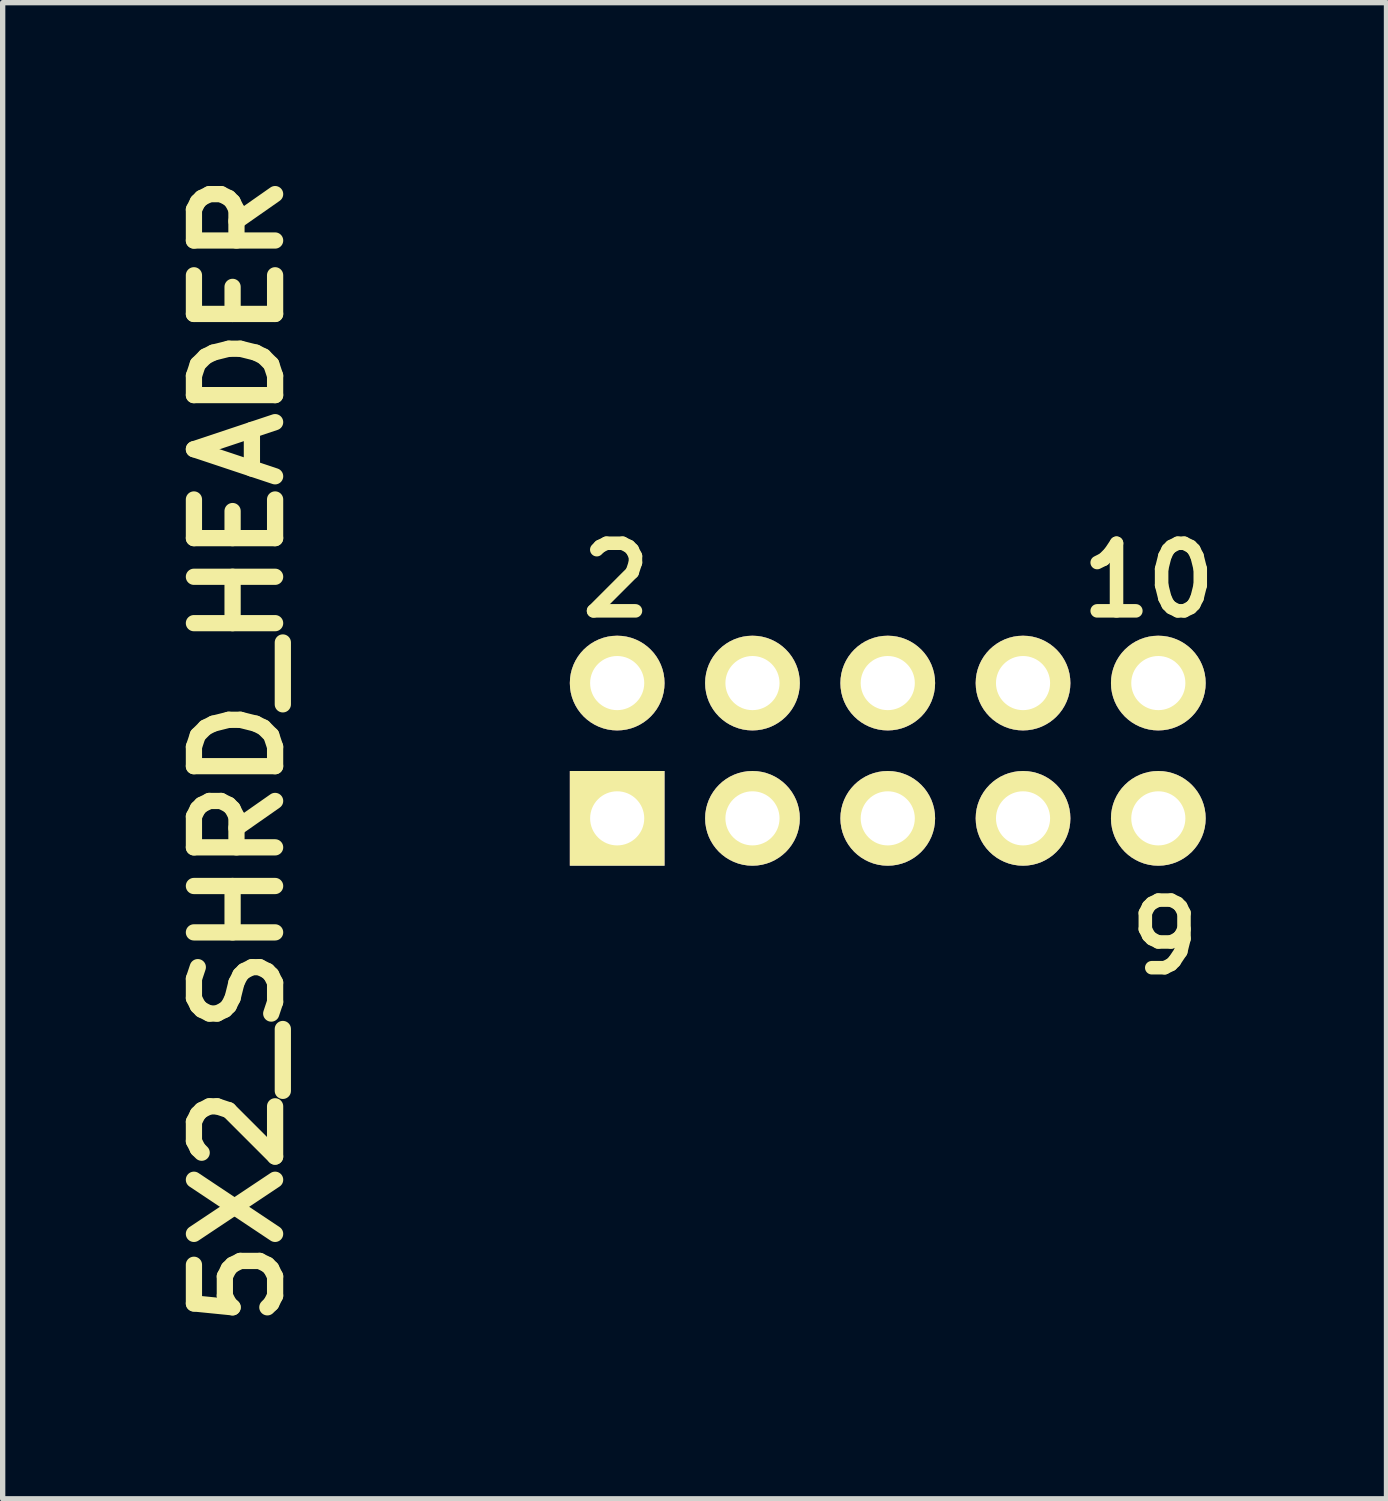
<source format=kicad_pcb>
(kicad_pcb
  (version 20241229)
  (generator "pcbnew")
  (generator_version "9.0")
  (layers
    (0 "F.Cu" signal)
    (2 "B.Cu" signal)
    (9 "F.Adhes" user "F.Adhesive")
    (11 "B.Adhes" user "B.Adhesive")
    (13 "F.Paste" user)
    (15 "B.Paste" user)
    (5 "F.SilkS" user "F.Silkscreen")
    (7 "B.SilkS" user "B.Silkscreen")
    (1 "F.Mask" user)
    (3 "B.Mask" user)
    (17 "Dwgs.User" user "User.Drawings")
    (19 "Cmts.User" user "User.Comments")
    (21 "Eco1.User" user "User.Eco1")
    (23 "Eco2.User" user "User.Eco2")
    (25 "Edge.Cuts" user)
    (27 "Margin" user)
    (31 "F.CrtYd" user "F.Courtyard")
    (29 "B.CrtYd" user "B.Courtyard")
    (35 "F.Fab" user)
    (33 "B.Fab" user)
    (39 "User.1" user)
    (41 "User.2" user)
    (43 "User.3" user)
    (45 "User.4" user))
  (footprint "5X2_SHRD_HEADER"
    (layer "F.Cu")
    (at 13.618 11.045)
    (property "Reference" "5X2_SHRD_HEADER" (at -12.192 0 90) (layer "F.SilkS") (effects (font (size 1.524 1.524) (thickness 0.305))))
    (attr through_hole)
    (fp_text user "2" (at -5.1 -3.2 0) (layer "F.SilkS") (effects (font (size 1.27 1.27) (thickness 0.254))))
    (fp_text user "9" (at 5.199 3.5 0) (layer "F.SilkS") (effects (font (size 1.27 1.27) (thickness 0.254))))
    (fp_text user "10" (at 4.9 -3.2 0) (layer "F.SilkS") (effects (font (size 1.27 1.27) (thickness 0.254))))
    (pad "1" thru_hole rect (at -5.08 1.27) (size 1.778 1.778) (drill 1.016) (layers "*.Cu" "*.Mask" "F.SilkS"))
    (pad "2" thru_hole circle (at -5.08 -1.27) (size 1.778 1.778) (drill 1.016) (layers "*.Cu" "*.Mask" "F.SilkS"))
    (pad "3" thru_hole circle (at -2.54 1.27) (size 1.778 1.778) (drill 1.016) (layers "*.Cu" "*.Mask" "F.SilkS"))
    (pad "4" thru_hole circle (at -2.54 -1.27) (size 1.778 1.778) (drill 1.016) (layers "*.Cu" "*.Mask" "F.SilkS"))
    (pad "5" thru_hole circle (at 0 1.27) (size 1.778 1.778) (drill 1.016) (layers "*.Cu" "*.Mask" "F.SilkS"))
    (pad "6" thru_hole circle (at 0 -1.27) (size 1.778 1.778) (drill 1.016) (layers "*.Cu" "*.Mask" "F.SilkS"))
    (pad "7" thru_hole circle (at 2.54 1.27) (size 1.778 1.778) (drill 1.016) (layers "*.Cu" "*.Mask" "F.SilkS"))
    (pad "8" thru_hole circle (at 2.54 -1.27) (size 1.778 1.778) (drill 1.016) (layers "*.Cu" "*.Mask" "F.SilkS"))
    (pad "9" thru_hole circle (at 5.08 1.27) (size 1.778 1.778) (drill 1.016) (layers "*.Cu" "*.Mask" "F.SilkS"))
    (pad "10" thru_hole circle (at 5.08 -1.27) (size 1.778 1.778) (drill 1.016) (layers "*.Cu" "*.Mask" "F.SilkS")))
  (gr_rect
    (start -3 -3)
    (end 22.982 25.091)
    (stroke (width 0.1) (type default))
    (fill no)
    (layer "Edge.Cuts")))
</source>
